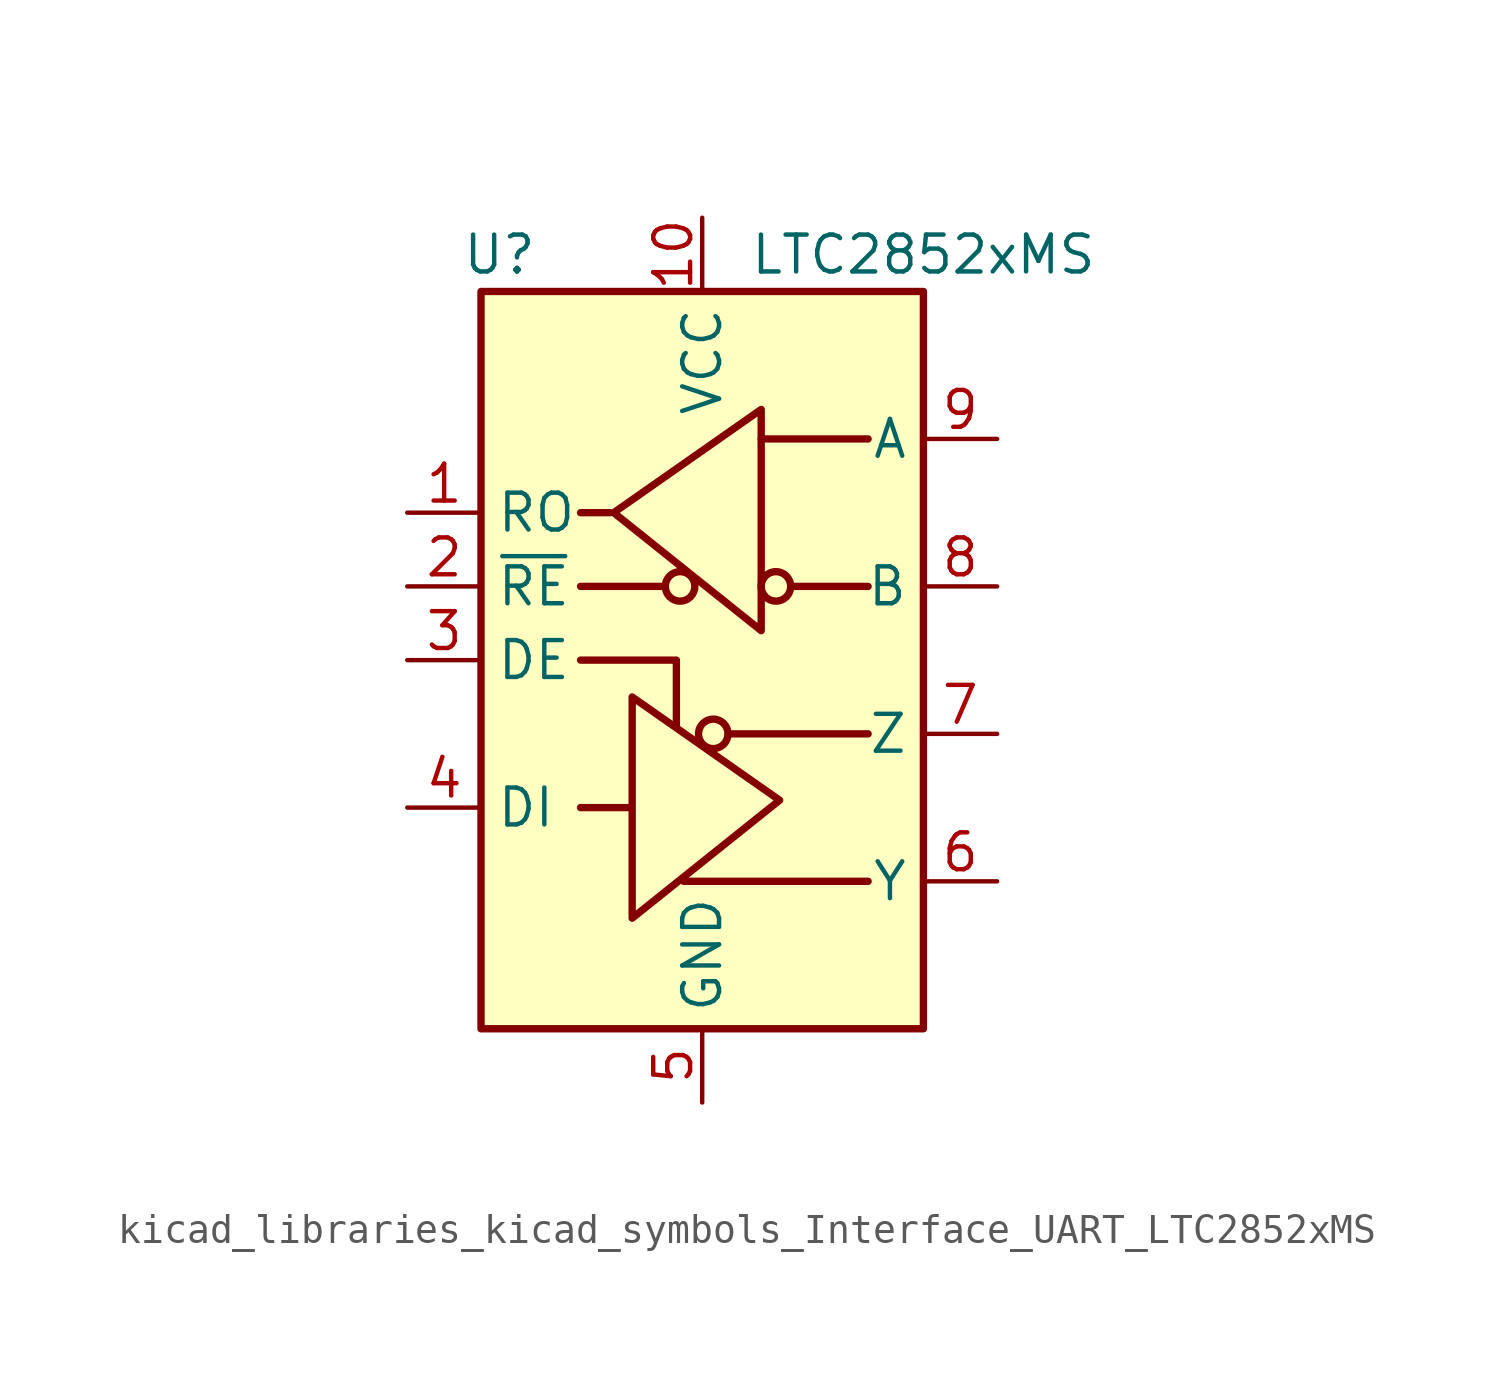
<source format=kicad_sym>
(kicad_symbol_lib
  (version 20220914)
  (generator kicad_symbol_editor)
  (symbol "kicad_libraries_kicad_symbols_Interface_UART_LTC2852xMS"
    (property "Reference" "U"
      (at -6.985 13.97 0)
      (effects (font (size 1.27 1.27))))
    (property "Value" "LTC2852xMS"
      (at 7.62 13.97 0)
      (effects (font (size 1.27 1.27))))
    (symbol "kicad_libraries_kicad_symbols_Interface_UART_LTC2852xMS_0_1"
      (rectangle (start -7.62 12.7) (end 7.62 -12.7) (stroke (width 0.254) (type default)) (fill (type background))))
    (symbol "kicad_libraries_kicad_symbols_Interface_UART_LTC2852xMS_1_1"
      (circle (center -0.762 2.54) (radius 0.508) (stroke (width 0.254) (type default)) (fill (type none)))
      (polyline (pts (xy -4.191 2.54) (xy -1.27 2.54)) (stroke (width 0.254) (type default)) (fill (type none)))
      (polyline (pts (xy -2.54 -5.08) (xy -4.191 -5.08)) (stroke (width 0.254) (type default)) (fill (type none)))
      (polyline (pts (xy -0.635 -7.62) (xy 5.715 -7.62)) (stroke (width 0.254) (type default)) (fill (type none)))
      (polyline (pts (xy 0.889 -2.54) (xy 5.715 -2.54)) (stroke (width 0.254) (type default)) (fill (type none)))
      (polyline (pts (xy 2.032 7.62) (xy 5.715 7.62)) (stroke (width 0.254) (type default)) (fill (type none)))
      (polyline (pts (xy 3.048 2.54) (xy 5.715 2.54)) (stroke (width 0.254) (type default)) (fill (type none)))
      (polyline (pts (xy -4.191 0) (xy -0.889 0) (xy -0.889 -2.286)) (stroke (width 0.254) (type default)) (fill (type none)))
      (polyline (pts (xy -3.175 5.08) (xy -4.191 5.08) (xy -4.064 5.08)) (stroke (width 0.254) (type default)) (fill (type none)))
      (polyline (pts (xy -2.413 -5.08) (xy -2.413 -1.27) (xy 2.667 -4.826) (xy -2.413 -8.89) (xy -2.413 -5.08)) (stroke (width 0.254) (type default)) (fill (type none)))
      (polyline (pts (xy 2.032 4.826) (xy 2.032 8.636) (xy -3.048 5.08) (xy 2.032 1.016) (xy 2.032 4.826)) (stroke (width 0.254) (type default)) (fill (type none)))
      (circle (center 0.381 -2.54) (radius 0.508) (stroke (width 0.254) (type default)) (fill (type none)))
      (circle (center 2.54 2.54) (radius 0.508) (stroke (width 0.254) (type default)) (fill (type none)))
      (pin output line (at -10.16 5.08 0) (length 2.54) (name "RO" (effects (font (size 1.27 1.27)))) (number "1" (effects (font (size 1.27 1.27)))))
      (pin power_in line (at 0 15.24 270) (length 2.54) (name "VCC" (effects (font (size 1.27 1.27)))) (number "10" (effects (font (size 1.27 1.27)))))
      (pin input line (at -10.16 2.54 0) (length 2.54) (name "~{RE}" (effects (font (size 1.27 1.27)))) (number "2" (effects (font (size 1.27 1.27)))))
      (pin input line (at -10.16 0 0) (length 2.54) (name "DE" (effects (font (size 1.27 1.27)))) (number "3" (effects (font (size 1.27 1.27)))))
      (pin input line (at -10.16 -5.08 0) (length 2.54) (name "DI" (effects (font (size 1.27 1.27)))) (number "4" (effects (font (size 1.27 1.27)))))
      (pin power_in line (at 0 -15.24 90) (length 2.54) (name "GND" (effects (font (size 1.27 1.27)))) (number "5" (effects (font (size 1.27 1.27)))))
      (pin output line (at 10.16 -7.62 180) (length 2.54) (name "Y" (effects (font (size 1.27 1.27)))) (number "6" (effects (font (size 1.27 1.27)))))
      (pin output line (at 10.16 -2.54 180) (length 2.54) (name "Z" (effects (font (size 1.27 1.27)))) (number "7" (effects (font (size 1.27 1.27)))))
      (pin input line (at 10.16 2.54 180) (length 2.54) (name "B" (effects (font (size 1.27 1.27)))) (number "8" (effects (font (size 1.27 1.27)))))
      (pin input line (at 10.16 7.62 180) (length 2.54) (name "A" (effects (font (size 1.27 1.27)))) (number "9" (effects (font (size 1.27 1.27))))))))
</source>
